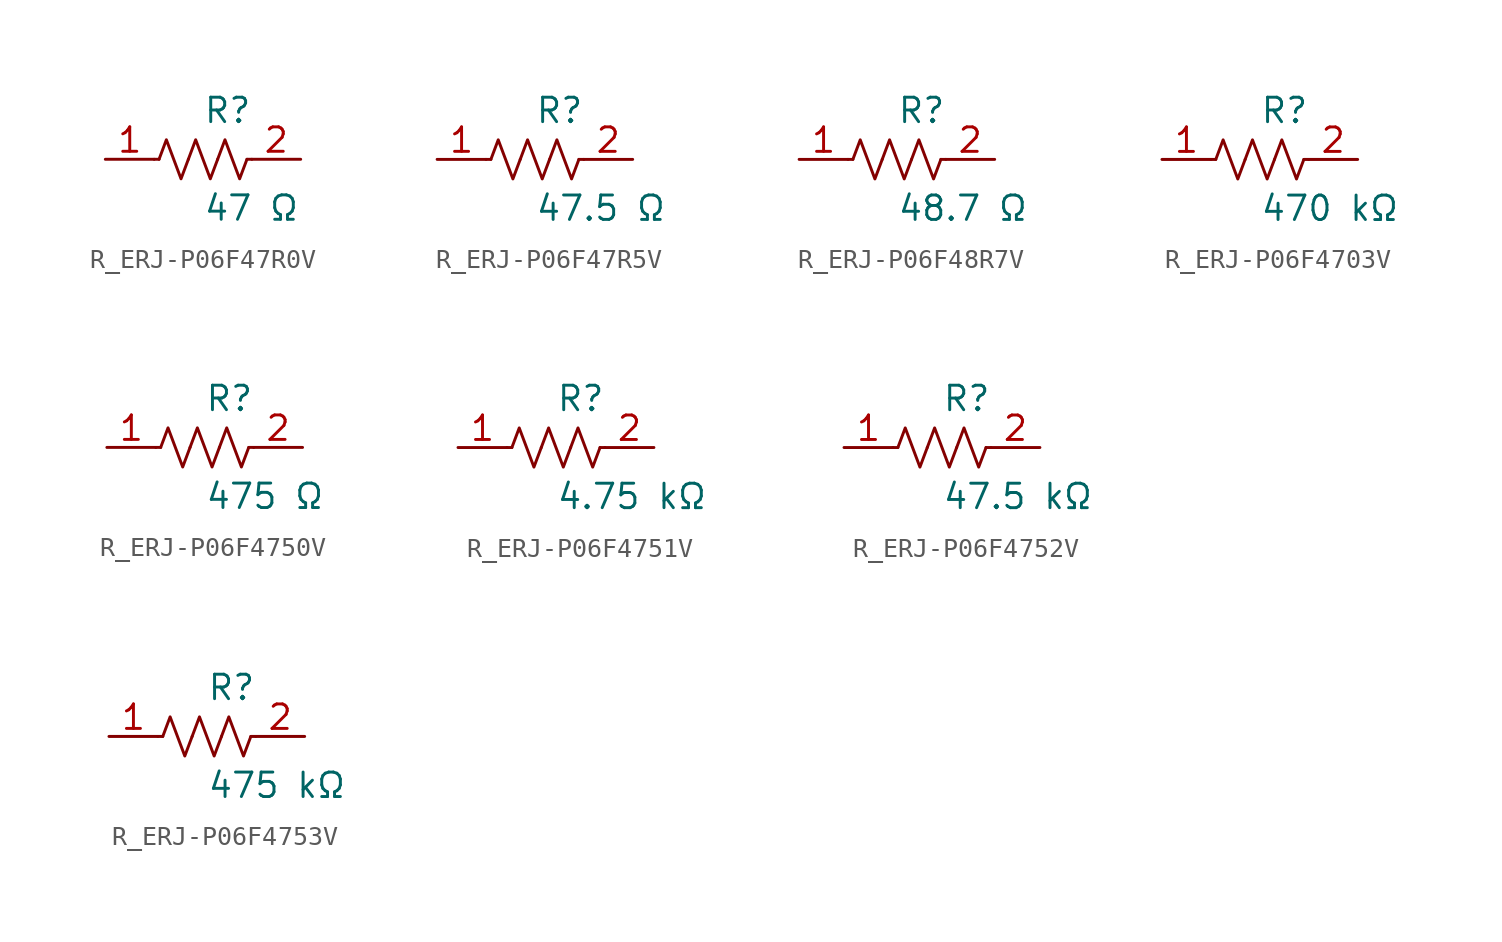
<source format=kicad_sym>
(kicad_symbol_lib
  (version 20231120)
  (generator kicad_symbol_editor)
  (generator_version 8.0)
  (symbol "R_ERJ-P06F47R0V"
    (pin_names
      (offset 0.254))
    (property "Reference" "R"
      (at 0 2.54 0)
      (effects (font (size 1.27 1.27)) (justify left)))
    (property "Value" "47 Ω"
      (at 0 -2.54 0)
      (effects (font (size 1.27 1.27)) (justify left)))
    (symbol "R_ERJ-P06F47R0V_0_1"
      (polyline (pts (xy 2.286 0) (xy 2.54 0)) (stroke (width 0) (type default)) (fill (type none)))
      (polyline (pts (xy -2.286 0) (xy -2.54 0)) (stroke (width 0) (type default)) (fill (type none)))
      (polyline (pts (xy 0.762 0) (xy 1.143 1.016) (xy 1.524 0) (xy 1.905 -1.016) (xy 2.286 0)) (stroke (width 0) (type default)) (fill (type none)))
      (polyline (pts (xy -0.762 0) (xy -0.381 1.016) (xy 0 0) (xy 0.381 -1.016) (xy 0.762 0)) (stroke (width 0) (type default)) (fill (type none)))
      (polyline (pts (xy -2.286 0) (xy -1.905 1.016) (xy -1.524 0) (xy -1.143 -1.016) (xy -0.762 0)) (stroke (width 0) (type default)) (fill (type none))))
    (pin passive line
      (at -5.08 0 0)
      (length 2.54)
      (name "" (effects (font (size 1.27 1.27))))
      (number "1" (effects (font (size 1.27 1.27)))))
    (pin passive line
      (at 5.08 0 180)
      (length 2.54)
      (name "" (effects (font (size 1.27 1.27))))
      (number "2" (effects (font (size 1.27 1.27))))))
  (symbol "R_ERJ-P06F47R5V"
    (pin_names
      (offset 0.254))
    (property "Reference" "R"
      (at 0 2.54 0)
      (effects (font (size 1.27 1.27)) (justify left)))
    (property "Value" "47.5 Ω"
      (at 0 -2.54 0)
      (effects (font (size 1.27 1.27)) (justify left)))
    (symbol "R_ERJ-P06F47R5V_0_1"
      (polyline (pts (xy 2.286 0) (xy 2.54 0)) (stroke (width 0) (type default)) (fill (type none)))
      (polyline (pts (xy -2.286 0) (xy -2.54 0)) (stroke (width 0) (type default)) (fill (type none)))
      (polyline (pts (xy 0.762 0) (xy 1.143 1.016) (xy 1.524 0) (xy 1.905 -1.016) (xy 2.286 0)) (stroke (width 0) (type default)) (fill (type none)))
      (polyline (pts (xy -0.762 0) (xy -0.381 1.016) (xy 0 0) (xy 0.381 -1.016) (xy 0.762 0)) (stroke (width 0) (type default)) (fill (type none)))
      (polyline (pts (xy -2.286 0) (xy -1.905 1.016) (xy -1.524 0) (xy -1.143 -1.016) (xy -0.762 0)) (stroke (width 0) (type default)) (fill (type none))))
    (pin passive line
      (at -5.08 0 0)
      (length 2.54)
      (name "" (effects (font (size 1.27 1.27))))
      (number "1" (effects (font (size 1.27 1.27)))))
    (pin passive line
      (at 5.08 0 180)
      (length 2.54)
      (name "" (effects (font (size 1.27 1.27))))
      (number "2" (effects (font (size 1.27 1.27))))))
  (symbol "R_ERJ-P06F48R7V"
    (pin_names
      (offset 0.254))
    (property "Reference" "R"
      (at 0 2.54 0)
      (effects (font (size 1.27 1.27)) (justify left)))
    (property "Value" "48.7 Ω"
      (at 0 -2.54 0)
      (effects (font (size 1.27 1.27)) (justify left)))
    (symbol "R_ERJ-P06F48R7V_0_1"
      (polyline (pts (xy 2.286 0) (xy 2.54 0)) (stroke (width 0) (type default)) (fill (type none)))
      (polyline (pts (xy -2.286 0) (xy -2.54 0)) (stroke (width 0) (type default)) (fill (type none)))
      (polyline (pts (xy 0.762 0) (xy 1.143 1.016) (xy 1.524 0) (xy 1.905 -1.016) (xy 2.286 0)) (stroke (width 0) (type default)) (fill (type none)))
      (polyline (pts (xy -0.762 0) (xy -0.381 1.016) (xy 0 0) (xy 0.381 -1.016) (xy 0.762 0)) (stroke (width 0) (type default)) (fill (type none)))
      (polyline (pts (xy -2.286 0) (xy -1.905 1.016) (xy -1.524 0) (xy -1.143 -1.016) (xy -0.762 0)) (stroke (width 0) (type default)) (fill (type none))))
    (pin passive line
      (at -5.08 0 0)
      (length 2.54)
      (name "" (effects (font (size 1.27 1.27))))
      (number "1" (effects (font (size 1.27 1.27)))))
    (pin passive line
      (at 5.08 0 180)
      (length 2.54)
      (name "" (effects (font (size 1.27 1.27))))
      (number "2" (effects (font (size 1.27 1.27))))))
  (symbol "R_ERJ-P06F4703V"
    (pin_names
      (offset 0.254))
    (property "Reference" "R"
      (at 0 2.54 0)
      (effects (font (size 1.27 1.27)) (justify left)))
    (property "Value" "470 kΩ"
      (at 0 -2.54 0)
      (effects (font (size 1.27 1.27)) (justify left)))
    (symbol "R_ERJ-P06F4703V_0_1"
      (polyline (pts (xy 2.286 0) (xy 2.54 0)) (stroke (width 0) (type default)) (fill (type none)))
      (polyline (pts (xy -2.286 0) (xy -2.54 0)) (stroke (width 0) (type default)) (fill (type none)))
      (polyline (pts (xy 0.762 0) (xy 1.143 1.016) (xy 1.524 0) (xy 1.905 -1.016) (xy 2.286 0)) (stroke (width 0) (type default)) (fill (type none)))
      (polyline (pts (xy -0.762 0) (xy -0.381 1.016) (xy 0 0) (xy 0.381 -1.016) (xy 0.762 0)) (stroke (width 0) (type default)) (fill (type none)))
      (polyline (pts (xy -2.286 0) (xy -1.905 1.016) (xy -1.524 0) (xy -1.143 -1.016) (xy -0.762 0)) (stroke (width 0) (type default)) (fill (type none))))
    (pin passive line
      (at -5.08 0 0)
      (length 2.54)
      (name "" (effects (font (size 1.27 1.27))))
      (number "1" (effects (font (size 1.27 1.27)))))
    (pin passive line
      (at 5.08 0 180)
      (length 2.54)
      (name "" (effects (font (size 1.27 1.27))))
      (number "2" (effects (font (size 1.27 1.27))))))
  (symbol "R_ERJ-P06F4750V"
    (pin_names
      (offset 0.254))
    (property "Reference" "R"
      (at 0 2.54 0)
      (effects (font (size 1.27 1.27)) (justify left)))
    (property "Value" "475 Ω"
      (at 0 -2.54 0)
      (effects (font (size 1.27 1.27)) (justify left)))
    (symbol "R_ERJ-P06F4750V_0_1"
      (polyline (pts (xy 2.286 0) (xy 2.54 0)) (stroke (width 0) (type default)) (fill (type none)))
      (polyline (pts (xy -2.286 0) (xy -2.54 0)) (stroke (width 0) (type default)) (fill (type none)))
      (polyline (pts (xy 0.762 0) (xy 1.143 1.016) (xy 1.524 0) (xy 1.905 -1.016) (xy 2.286 0)) (stroke (width 0) (type default)) (fill (type none)))
      (polyline (pts (xy -0.762 0) (xy -0.381 1.016) (xy 0 0) (xy 0.381 -1.016) (xy 0.762 0)) (stroke (width 0) (type default)) (fill (type none)))
      (polyline (pts (xy -2.286 0) (xy -1.905 1.016) (xy -1.524 0) (xy -1.143 -1.016) (xy -0.762 0)) (stroke (width 0) (type default)) (fill (type none))))
    (pin passive line
      (at -5.08 0 0)
      (length 2.54)
      (name "" (effects (font (size 1.27 1.27))))
      (number "1" (effects (font (size 1.27 1.27)))))
    (pin passive line
      (at 5.08 0 180)
      (length 2.54)
      (name "" (effects (font (size 1.27 1.27))))
      (number "2" (effects (font (size 1.27 1.27))))))
  (symbol "R_ERJ-P06F4751V"
    (pin_names
      (offset 0.254))
    (property "Reference" "R"
      (at 0 2.54 0)
      (effects (font (size 1.27 1.27)) (justify left)))
    (property "Value" "4.75 kΩ"
      (at 0 -2.54 0)
      (effects (font (size 1.27 1.27)) (justify left)))
    (symbol "R_ERJ-P06F4751V_0_1"
      (polyline (pts (xy 2.286 0) (xy 2.54 0)) (stroke (width 0) (type default)) (fill (type none)))
      (polyline (pts (xy -2.286 0) (xy -2.54 0)) (stroke (width 0) (type default)) (fill (type none)))
      (polyline (pts (xy 0.762 0) (xy 1.143 1.016) (xy 1.524 0) (xy 1.905 -1.016) (xy 2.286 0)) (stroke (width 0) (type default)) (fill (type none)))
      (polyline (pts (xy -0.762 0) (xy -0.381 1.016) (xy 0 0) (xy 0.381 -1.016) (xy 0.762 0)) (stroke (width 0) (type default)) (fill (type none)))
      (polyline (pts (xy -2.286 0) (xy -1.905 1.016) (xy -1.524 0) (xy -1.143 -1.016) (xy -0.762 0)) (stroke (width 0) (type default)) (fill (type none))))
    (pin passive line
      (at -5.08 0 0)
      (length 2.54)
      (name "" (effects (font (size 1.27 1.27))))
      (number "1" (effects (font (size 1.27 1.27)))))
    (pin passive line
      (at 5.08 0 180)
      (length 2.54)
      (name "" (effects (font (size 1.27 1.27))))
      (number "2" (effects (font (size 1.27 1.27))))))
  (symbol "R_ERJ-P06F4752V"
    (pin_names
      (offset 0.254))
    (property "Reference" "R"
      (at 0 2.54 0)
      (effects (font (size 1.27 1.27)) (justify left)))
    (property "Value" "47.5 kΩ"
      (at 0 -2.54 0)
      (effects (font (size 1.27 1.27)) (justify left)))
    (symbol "R_ERJ-P06F4752V_0_1"
      (polyline (pts (xy 2.286 0) (xy 2.54 0)) (stroke (width 0) (type default)) (fill (type none)))
      (polyline (pts (xy -2.286 0) (xy -2.54 0)) (stroke (width 0) (type default)) (fill (type none)))
      (polyline (pts (xy 0.762 0) (xy 1.143 1.016) (xy 1.524 0) (xy 1.905 -1.016) (xy 2.286 0)) (stroke (width 0) (type default)) (fill (type none)))
      (polyline (pts (xy -0.762 0) (xy -0.381 1.016) (xy 0 0) (xy 0.381 -1.016) (xy 0.762 0)) (stroke (width 0) (type default)) (fill (type none)))
      (polyline (pts (xy -2.286 0) (xy -1.905 1.016) (xy -1.524 0) (xy -1.143 -1.016) (xy -0.762 0)) (stroke (width 0) (type default)) (fill (type none))))
    (pin passive line
      (at -5.08 0 0)
      (length 2.54)
      (name "" (effects (font (size 1.27 1.27))))
      (number "1" (effects (font (size 1.27 1.27)))))
    (pin passive line
      (at 5.08 0 180)
      (length 2.54)
      (name "" (effects (font (size 1.27 1.27))))
      (number "2" (effects (font (size 1.27 1.27))))))
  (symbol "R_ERJ-P06F4753V"
    (pin_names
      (offset 0.254))
    (property "Reference" "R"
      (at 0 2.54 0)
      (effects (font (size 1.27 1.27)) (justify left)))
    (property "Value" "475 kΩ"
      (at 0 -2.54 0)
      (effects (font (size 1.27 1.27)) (justify left)))
    (symbol "R_ERJ-P06F4753V_0_1"
      (polyline (pts (xy 2.286 0) (xy 2.54 0)) (stroke (width 0) (type default)) (fill (type none)))
      (polyline (pts (xy -2.286 0) (xy -2.54 0)) (stroke (width 0) (type default)) (fill (type none)))
      (polyline (pts (xy 0.762 0) (xy 1.143 1.016) (xy 1.524 0) (xy 1.905 -1.016) (xy 2.286 0)) (stroke (width 0) (type default)) (fill (type none)))
      (polyline (pts (xy -0.762 0) (xy -0.381 1.016) (xy 0 0) (xy 0.381 -1.016) (xy 0.762 0)) (stroke (width 0) (type default)) (fill (type none)))
      (polyline (pts (xy -2.286 0) (xy -1.905 1.016) (xy -1.524 0) (xy -1.143 -1.016) (xy -0.762 0)) (stroke (width 0) (type default)) (fill (type none))))
    (pin passive line
      (at -5.08 0 0)
      (length 2.54)
      (name "" (effects (font (size 1.27 1.27))))
      (number "1" (effects (font (size 1.27 1.27)))))
    (pin passive line
      (at 5.08 0 180)
      (length 2.54)
      (name "" (effects (font (size 1.27 1.27))))
      (number "2" (effects (font (size 1.27 1.27)))))))
</source>
